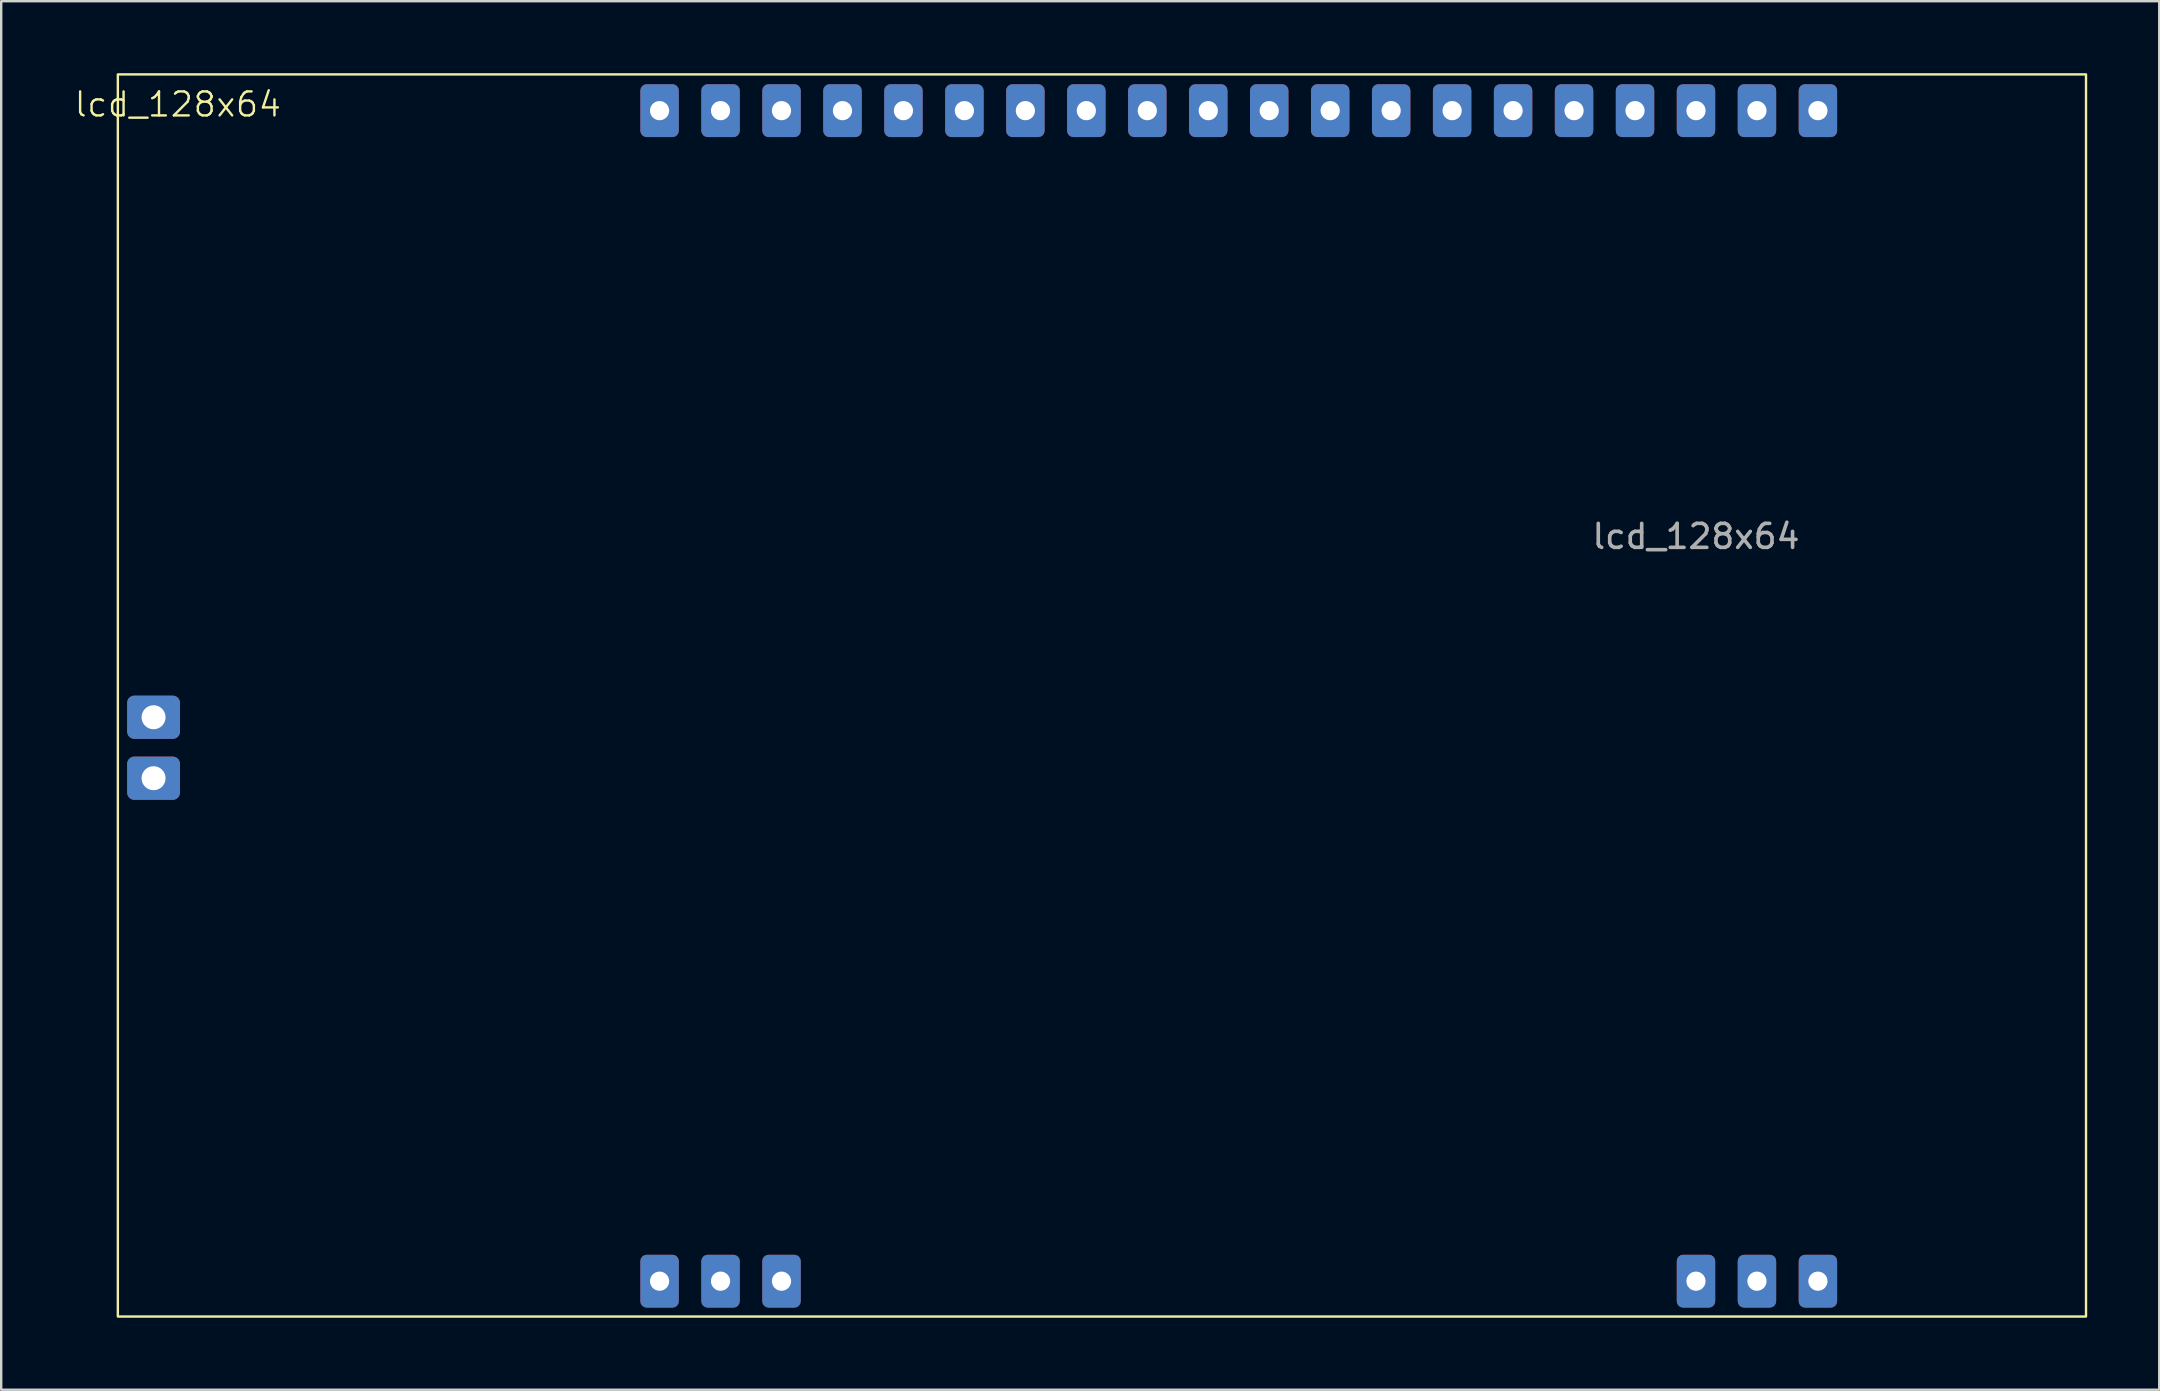
<source format=kicad_pcb>
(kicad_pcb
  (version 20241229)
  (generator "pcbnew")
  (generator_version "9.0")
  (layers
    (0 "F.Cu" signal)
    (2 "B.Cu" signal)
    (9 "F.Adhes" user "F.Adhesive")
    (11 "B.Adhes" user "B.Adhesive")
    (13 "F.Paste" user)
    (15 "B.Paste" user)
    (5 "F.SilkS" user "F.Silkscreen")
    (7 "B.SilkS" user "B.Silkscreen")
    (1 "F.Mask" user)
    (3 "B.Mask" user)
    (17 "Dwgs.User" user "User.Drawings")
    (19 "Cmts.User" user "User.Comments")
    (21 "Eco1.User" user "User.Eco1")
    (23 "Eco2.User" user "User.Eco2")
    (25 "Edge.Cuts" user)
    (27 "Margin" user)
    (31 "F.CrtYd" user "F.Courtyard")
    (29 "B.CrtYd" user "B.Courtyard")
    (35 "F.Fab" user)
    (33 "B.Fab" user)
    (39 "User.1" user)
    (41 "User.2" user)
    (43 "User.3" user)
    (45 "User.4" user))
  (footprint "lcd_128x64"
    (layer "F.Cu")
    (at 67.61 16.8)
    (property "Reference" "lcd_128x64" (at -63.25 -15.5 0) (unlocked yes) (layer "F.SilkS") (effects (font (size 1 1) (thickness 0.1))))
    (attr through_hole)
    (fp_rect (start -65.75 -16.75) (end 16.25 35) (stroke (width 0.1) (type default)) (fill no) (layer "F.SilkS"))
    (fp_text user "${REFERENCE}" (at 0 2.5 0) (unlocked yes) (layer "F.Fab") (effects (font (size 1 1) (thickness 0.15))))
    (pad "1" thru_hole roundrect (at 5.08 -15.24) (size 1.6 2.2) (drill 0.8) (layers "*.Cu" "*.Mask") (roundrect_rratio 0.164))
    (pad "2" thru_hole roundrect (at 2.54 -15.24) (size 1.6 2.2) (drill 0.8) (layers "*.Cu" "*.Mask") (roundrect_rratio 0.164))
    (pad "3" thru_hole roundrect (at 0 -15.24) (size 1.6 2.2) (drill 0.8) (layers "*.Cu" "*.Mask") (roundrect_rratio 0.164))
    (pad "4" thru_hole roundrect (at -2.54 -15.24) (size 1.6 2.2) (drill 0.8) (layers "*.Cu" "*.Mask") (roundrect_rratio 0.164))
    (pad "5" thru_hole roundrect (at -5.08 -15.24) (size 1.6 2.2) (drill 0.8) (layers "*.Cu" "*.Mask") (roundrect_rratio 0.164))
    (pad "6" thru_hole roundrect (at -7.62 -15.24) (size 1.6 2.2) (drill 0.8) (layers "*.Cu" "*.Mask") (roundrect_rratio 0.164))
    (pad "7" thru_hole roundrect (at -10.16 -15.24) (size 1.6 2.2) (drill 0.8) (layers "*.Cu" "*.Mask") (roundrect_rratio 0.164))
    (pad "8" thru_hole roundrect (at -12.7 -15.24) (size 1.6 2.2) (drill 0.8) (layers "*.Cu" "*.Mask") (roundrect_rratio 0.164))
    (pad "9" thru_hole roundrect (at -15.24 -15.24) (size 1.6 2.2) (drill 0.8) (layers "*.Cu" "*.Mask") (roundrect_rratio 0.164))
    (pad "10" thru_hole roundrect (at -17.78 -15.24) (size 1.6 2.2) (drill 0.8) (layers "*.Cu" "*.Mask") (roundrect_rratio 0.164))
    (pad "11" thru_hole roundrect (at -20.32 -15.24) (size 1.6 2.2) (drill 0.8) (layers "*.Cu" "*.Mask") (roundrect_rratio 0.164))
    (pad "12" thru_hole roundrect (at -22.86 -15.24) (size 1.6 2.2) (drill 0.8) (layers "*.Cu" "*.Mask") (roundrect_rratio 0.164))
    (pad "13" thru_hole roundrect (at -25.4 -15.24) (size 1.6 2.2) (drill 0.8) (layers "*.Cu" "*.Mask") (roundrect_rratio 0.164))
    (pad "14" thru_hole roundrect (at -27.94 -15.24) (size 1.6 2.2) (drill 0.8) (layers "*.Cu" "*.Mask") (roundrect_rratio 0.164))
    (pad "15" thru_hole roundrect (at -30.48 -15.24) (size 1.6 2.2) (drill 0.8) (layers "*.Cu" "*.Mask") (roundrect_rratio 0.164))
    (pad "16" thru_hole roundrect (at -33.02 -15.24) (size 1.6 2.2) (drill 0.8) (layers "*.Cu" "*.Mask") (roundrect_rratio 0.164))
    (pad "17" thru_hole roundrect (at -35.56 -15.24) (size 1.6 2.2) (drill 0.8) (layers "*.Cu" "*.Mask") (roundrect_rratio 0.164))
    (pad "18" thru_hole roundrect (at -38.1 -15.24) (size 1.6 2.2) (drill 0.8) (layers "*.Cu" "*.Mask") (roundrect_rratio 0.164))
    (pad "19" thru_hole roundrect (at -40.64 -15.24) (size 1.6 2.2) (drill 0.8) (layers "*.Cu" "*.Mask") (roundrect_rratio 0.164))
    (pad "20" thru_hole roundrect (at -43.18 -15.24) (size 1.6 2.2) (drill 0.8) (layers "*.Cu" "*.Mask") (roundrect_rratio 0.164))
    (pad "21" thru_hole roundrect (at 5.08 33.528) (size 1.6 2.2) (drill 0.8) (layers "*.Cu" "*.Mask") (roundrect_rratio 0.164))
    (pad "22" thru_hole roundrect (at 2.54 33.528) (size 1.6 2.2) (drill 0.8) (layers "*.Cu" "*.Mask") (roundrect_rratio 0.164))
    (pad "23" thru_hole roundrect (at 0 33.528) (size 1.6 2.2) (drill 0.8) (layers "*.Cu" "*.Mask") (roundrect_rratio 0.164))
    (pad "24" thru_hole roundrect (at -43.18 33.528) (size 1.6 2.2) (drill 0.8) (layers "*.Cu" "*.Mask") (roundrect_rratio 0.164))
    (pad "25" thru_hole roundrect (at -40.64 33.528) (size 1.6 2.2) (drill 0.8) (layers "*.Cu" "*.Mask") (roundrect_rratio 0.164))
    (pad "26" thru_hole roundrect (at -38.1 33.528) (size 1.6 2.2) (drill 0.8) (layers "*.Cu" "*.Mask") (roundrect_rratio 0.164))
    (pad "27" thru_hole roundrect (at -64.262 10.033 90) (size 1.8 2.2) (drill 1) (layers "*.Cu" "*.Mask") (roundrect_rratio 0.164))
    (pad "28" thru_hole roundrect (at -64.262 12.573 90) (size 1.8 2.2) (drill 1) (layers "*.Cu" "*.Mask") (roundrect_rratio 0.164)))
  (gr_rect
    (start -3 -3)
    (end 86.91 54.85)
    (stroke (width 0.1) (type default))
    (fill no)
    (layer "Edge.Cuts")))
</source>
